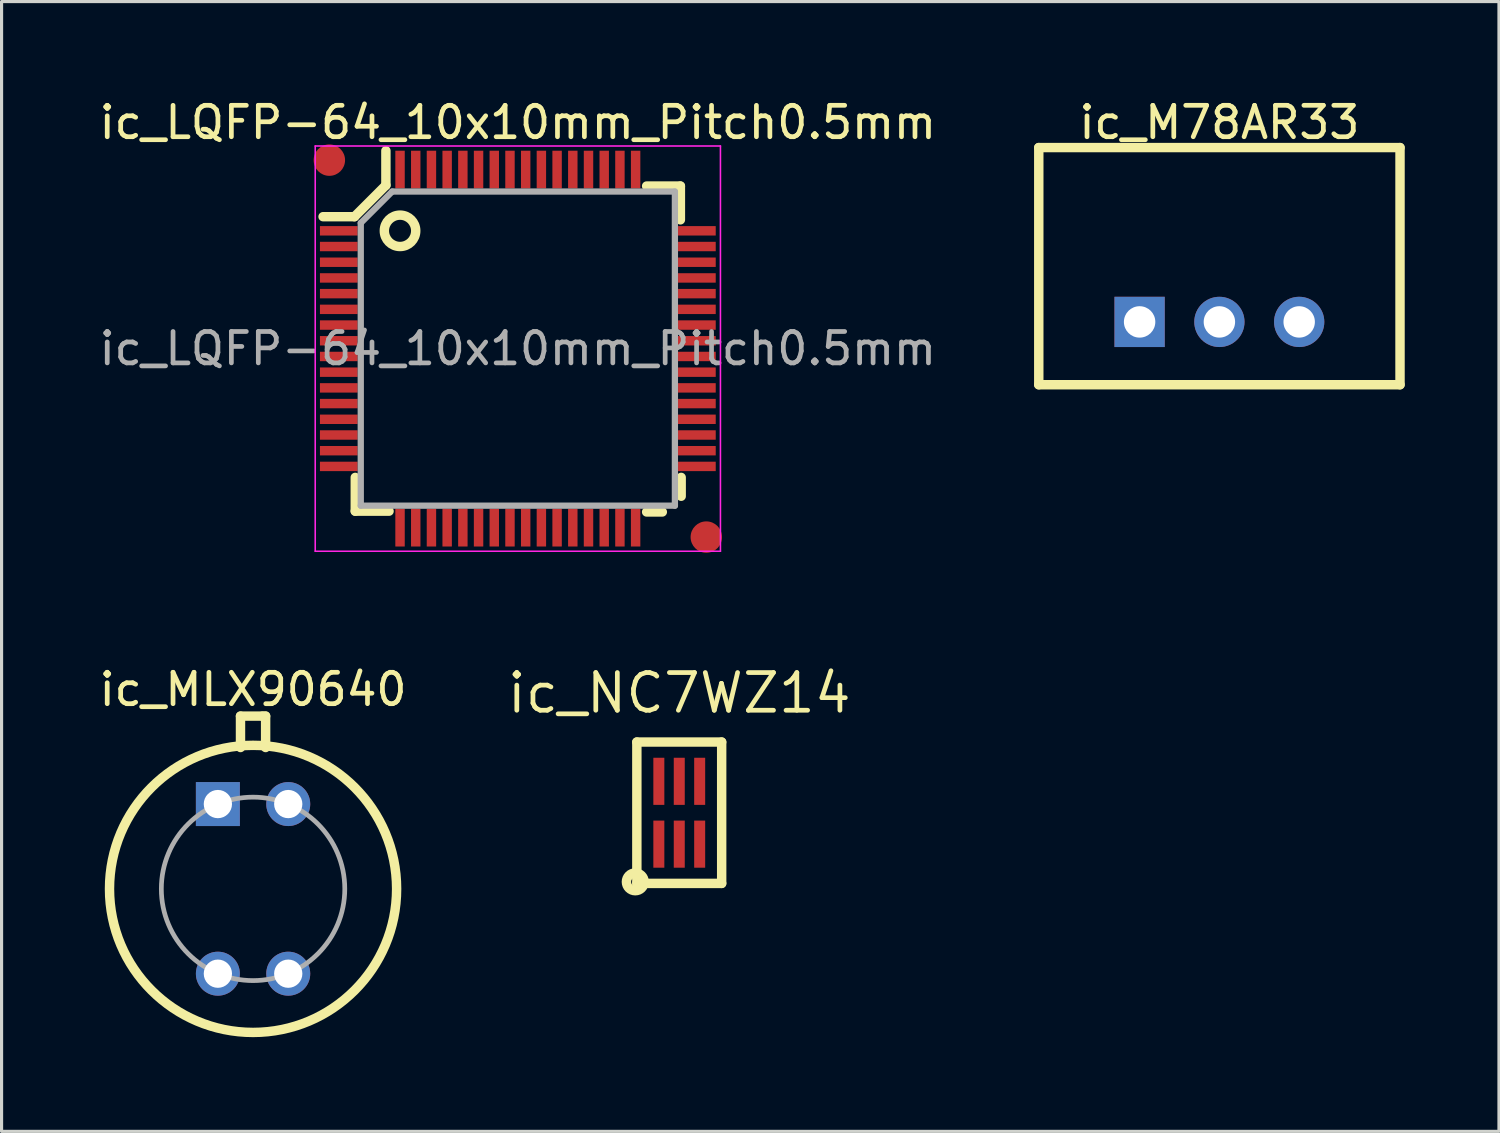
<source format=kicad_pcb>
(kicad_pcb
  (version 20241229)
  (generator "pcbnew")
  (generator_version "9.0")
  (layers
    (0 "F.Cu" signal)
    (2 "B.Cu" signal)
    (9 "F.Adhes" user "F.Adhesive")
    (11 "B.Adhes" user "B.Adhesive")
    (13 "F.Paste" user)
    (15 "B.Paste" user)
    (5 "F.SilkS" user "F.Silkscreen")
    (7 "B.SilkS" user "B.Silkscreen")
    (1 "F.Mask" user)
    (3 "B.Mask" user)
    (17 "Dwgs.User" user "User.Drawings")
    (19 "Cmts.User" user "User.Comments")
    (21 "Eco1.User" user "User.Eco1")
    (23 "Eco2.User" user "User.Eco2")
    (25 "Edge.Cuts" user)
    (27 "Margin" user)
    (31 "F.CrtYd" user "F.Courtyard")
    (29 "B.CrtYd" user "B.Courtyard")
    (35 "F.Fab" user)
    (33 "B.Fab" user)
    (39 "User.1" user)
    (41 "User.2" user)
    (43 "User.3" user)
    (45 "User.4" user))
  (footprint "ic_LQFP-64_10x10mm_Pitch0.5mm"
    (layer "F.Cu")
    (at 13.435 8.048)
    (property "Reference" "ic_LQFP-64_10x10mm_Pitch0.5mm" (at 0 -7.2 0) (layer "F.SilkS") (effects (font (size 1 1) (thickness 0.15))))
    (attr smd)
    (fp_line (start -5.2 -4.2) (end -6.2 -4.2) (stroke (width 0.3) (type solid)) (layer "F.SilkS"))
    (fp_line (start -5.175 5.175) (end -5.175 4.1) (stroke (width 0.3) (type solid)) (layer "F.SilkS"))
    (fp_line (start -5.175 5.175) (end -4.1 5.175) (stroke (width 0.3) (type solid)) (layer "F.SilkS"))
    (fp_line (start -4.2 -6.3) (end -4.2 -5.2) (stroke (width 0.3) (type solid)) (layer "F.SilkS"))
    (fp_line (start -4.2 -5.2) (end -5.2 -4.2) (stroke (width 0.3) (type solid)) (layer "F.SilkS"))
    (fp_line (start 4.1 5.2) (end 4.6 5.2) (stroke (width 0.3) (type solid)) (layer "F.SilkS"))
    (fp_line (start 5.175 -5.175) (end 4.1 -5.175) (stroke (width 0.3) (type solid)) (layer "F.SilkS"))
    (fp_line (start 5.175 -5.175) (end 5.175 -4.1) (stroke (width 0.3) (type solid)) (layer "F.SilkS"))
    (fp_line (start 5.2 4.1) (end 5.2 4.7) (stroke (width 0.3) (type solid)) (layer "F.SilkS"))
    (fp_circle (center -3.75 -3.75) (end -3.25 -3.75) (stroke (width 0.3) (type solid)) (fill no) (layer "F.SilkS"))
    (fp_line (start -6.45 -6.45) (end -6.45 6.45) (stroke (width 0.05) (type solid)) (layer "F.CrtYd"))
    (fp_line (start -6.45 -6.45) (end 6.45 -6.45) (stroke (width 0.05) (type solid)) (layer "F.CrtYd"))
    (fp_line (start -6.45 6.45) (end 6.45 6.45) (stroke (width 0.05) (type solid)) (layer "F.CrtYd"))
    (fp_line (start 6.45 -6.45) (end 6.45 6.45) (stroke (width 0.05) (type solid)) (layer "F.CrtYd"))
    (fp_line (start -5 -4) (end -4 -5) (stroke (width 0.2) (type solid)) (layer "F.Fab"))
    (fp_line (start -5 5) (end -5 -4) (stroke (width 0.2) (type solid)) (layer "F.Fab"))
    (fp_line (start -4 -5) (end 5 -5) (stroke (width 0.2) (type solid)) (layer "F.Fab"))
    (fp_line (start 5 -5) (end 5 5) (stroke (width 0.2) (type solid)) (layer "F.Fab"))
    (fp_line (start 5 5) (end -5 5) (stroke (width 0.2) (type solid)) (layer "F.Fab"))
    (fp_text user "${REFERENCE}" (at 0 0 0) (layer "F.Fab") (effects (font (size 1 1) (thickness 0.15))))
    (pad "" smd circle (at -6 -6) (size 2 2) (layers "F.Mask"))
    (pad "" smd circle (at 6 6) (size 2 2) (layers "F.Mask"))
    (pad "1" smd rect (at -5.7 -3.75) (size 1.2 0.3) (layers "F.Cu" "F.Mask" "F.Paste"))
    (pad "2" smd rect (at -5.7 -3.25) (size 1.2 0.3) (layers "F.Cu" "F.Mask" "F.Paste"))
    (pad "3" smd rect (at -5.7 -2.75) (size 1.2 0.3) (layers "F.Cu" "F.Mask" "F.Paste"))
    (pad "4" smd rect (at -5.7 -2.25) (size 1.2 0.3) (layers "F.Cu" "F.Mask" "F.Paste"))
    (pad "5" smd rect (at -5.7 -1.75) (size 1.2 0.3) (layers "F.Cu" "F.Mask" "F.Paste"))
    (pad "6" smd rect (at -5.7 -1.25) (size 1.2 0.3) (layers "F.Cu" "F.Mask" "F.Paste"))
    (pad "7" smd rect (at -5.7 -0.75) (size 1.2 0.3) (layers "F.Cu" "F.Mask" "F.Paste"))
    (pad "8" smd rect (at -5.7 -0.25) (size 1.2 0.3) (layers "F.Cu" "F.Mask" "F.Paste"))
    (pad "9" smd rect (at -5.7 0.25) (size 1.2 0.3) (layers "F.Cu" "F.Mask" "F.Paste"))
    (pad "10" smd rect (at -5.7 0.75) (size 1.2 0.3) (layers "F.Cu" "F.Mask" "F.Paste"))
    (pad "11" smd rect (at -5.7 1.25) (size 1.2 0.3) (layers "F.Cu" "F.Mask" "F.Paste"))
    (pad "12" smd rect (at -5.7 1.75) (size 1.2 0.3) (layers "F.Cu" "F.Mask" "F.Paste"))
    (pad "13" smd rect (at -5.7 2.25) (size 1.2 0.3) (layers "F.Cu" "F.Mask" "F.Paste"))
    (pad "14" smd rect (at -5.7 2.75) (size 1.2 0.3) (layers "F.Cu" "F.Mask" "F.Paste"))
    (pad "15" smd rect (at -5.7 3.25) (size 1.2 0.3) (layers "F.Cu" "F.Mask" "F.Paste"))
    (pad "16" smd rect (at -5.7 3.75) (size 1.2 0.3) (layers "F.Cu" "F.Mask" "F.Paste"))
    (pad "17" smd rect (at -3.75 5.7 90) (size 1.2 0.3) (layers "F.Cu" "F.Mask" "F.Paste"))
    (pad "18" smd rect (at -3.25 5.7 90) (size 1.2 0.3) (layers "F.Cu" "F.Mask" "F.Paste"))
    (pad "19" smd rect (at -2.75 5.7 90) (size 1.2 0.3) (layers "F.Cu" "F.Mask" "F.Paste"))
    (pad "20" smd rect (at -2.25 5.7 90) (size 1.2 0.3) (layers "F.Cu" "F.Mask" "F.Paste"))
    (pad "21" smd rect (at -1.75 5.7 90) (size 1.2 0.3) (layers "F.Cu" "F.Mask" "F.Paste"))
    (pad "22" smd rect (at -1.25 5.7 90) (size 1.2 0.3) (layers "F.Cu" "F.Mask" "F.Paste"))
    (pad "23" smd rect (at -0.75 5.7 90) (size 1.2 0.3) (layers "F.Cu" "F.Mask" "F.Paste"))
    (pad "24" smd rect (at -0.25 5.7 90) (size 1.2 0.3) (layers "F.Cu" "F.Mask" "F.Paste"))
    (pad "25" smd rect (at 0.25 5.7 90) (size 1.2 0.3) (layers "F.Cu" "F.Mask" "F.Paste"))
    (pad "26" smd rect (at 0.75 5.7 90) (size 1.2 0.3) (layers "F.Cu" "F.Mask" "F.Paste"))
    (pad "27" smd rect (at 1.25 5.7 90) (size 1.2 0.3) (layers "F.Cu" "F.Mask" "F.Paste"))
    (pad "28" smd rect (at 1.75 5.7 90) (size 1.2 0.3) (layers "F.Cu" "F.Mask" "F.Paste"))
    (pad "29" smd rect (at 2.25 5.7 90) (size 1.2 0.3) (layers "F.Cu" "F.Mask" "F.Paste"))
    (pad "30" smd rect (at 2.75 5.7 90) (size 1.2 0.3) (layers "F.Cu" "F.Mask" "F.Paste"))
    (pad "31" smd rect (at 3.25 5.7 90) (size 1.2 0.3) (layers "F.Cu" "F.Mask" "F.Paste"))
    (pad "32" smd rect (at 3.75 5.7 90) (size 1.2 0.3) (layers "F.Cu" "F.Mask" "F.Paste"))
    (pad "33" smd rect (at 5.7 3.75) (size 1.2 0.3) (layers "F.Cu" "F.Mask" "F.Paste"))
    (pad "34" smd rect (at 5.7 3.25) (size 1.2 0.3) (layers "F.Cu" "F.Mask" "F.Paste"))
    (pad "35" smd rect (at 5.7 2.75) (size 1.2 0.3) (layers "F.Cu" "F.Mask" "F.Paste"))
    (pad "36" smd rect (at 5.7 2.25) (size 1.2 0.3) (layers "F.Cu" "F.Mask" "F.Paste"))
    (pad "37" smd rect (at 5.7 1.75) (size 1.2 0.3) (layers "F.Cu" "F.Mask" "F.Paste"))
    (pad "38" smd rect (at 5.7 1.25) (size 1.2 0.3) (layers "F.Cu" "F.Mask" "F.Paste"))
    (pad "39" smd rect (at 5.7 0.75) (size 1.2 0.3) (layers "F.Cu" "F.Mask" "F.Paste"))
    (pad "40" smd rect (at 5.7 0.25) (size 1.2 0.3) (layers "F.Cu" "F.Mask" "F.Paste"))
    (pad "41" smd rect (at 5.7 -0.25) (size 1.2 0.3) (layers "F.Cu" "F.Mask" "F.Paste"))
    (pad "42" smd rect (at 5.7 -0.75) (size 1.2 0.3) (layers "F.Cu" "F.Mask" "F.Paste"))
    (pad "43" smd rect (at 5.7 -1.25) (size 1.2 0.3) (layers "F.Cu" "F.Mask" "F.Paste"))
    (pad "44" smd rect (at 5.7 -1.75) (size 1.2 0.3) (layers "F.Cu" "F.Mask" "F.Paste"))
    (pad "45" smd rect (at 5.7 -2.25) (size 1.2 0.3) (layers "F.Cu" "F.Mask" "F.Paste"))
    (pad "46" smd rect (at 5.7 -2.75) (size 1.2 0.3) (layers "F.Cu" "F.Mask" "F.Paste"))
    (pad "47" smd rect (at 5.7 -3.25) (size 1.2 0.3) (layers "F.Cu" "F.Mask" "F.Paste"))
    (pad "48" smd rect (at 5.7 -3.75) (size 1.2 0.3) (layers "F.Cu" "F.Mask" "F.Paste"))
    (pad "49" smd rect (at 3.75 -5.7 90) (size 1.2 0.3) (layers "F.Cu" "F.Mask" "F.Paste"))
    (pad "50" smd rect (at 3.25 -5.7 90) (size 1.2 0.3) (layers "F.Cu" "F.Mask" "F.Paste"))
    (pad "51" smd rect (at 2.75 -5.7 90) (size 1.2 0.3) (layers "F.Cu" "F.Mask" "F.Paste"))
    (pad "52" smd rect (at 2.25 -5.7 90) (size 1.2 0.3) (layers "F.Cu" "F.Mask" "F.Paste"))
    (pad "53" smd rect (at 1.75 -5.7 90) (size 1.2 0.3) (layers "F.Cu" "F.Mask" "F.Paste"))
    (pad "54" smd rect (at 1.25 -5.7 90) (size 1.2 0.3) (layers "F.Cu" "F.Mask" "F.Paste"))
    (pad "55" smd rect (at 0.75 -5.7 90) (size 1.2 0.3) (layers "F.Cu" "F.Mask" "F.Paste"))
    (pad "56" smd rect (at 0.25 -5.7 90) (size 1.2 0.3) (layers "F.Cu" "F.Mask" "F.Paste"))
    (pad "57" smd rect (at -0.25 -5.7 90) (size 1.2 0.3) (layers "F.Cu" "F.Mask" "F.Paste"))
    (pad "58" smd rect (at -0.75 -5.7 90) (size 1.2 0.3) (layers "F.Cu" "F.Mask" "F.Paste"))
    (pad "59" smd rect (at -1.25 -5.7 90) (size 1.2 0.3) (layers "F.Cu" "F.Mask" "F.Paste"))
    (pad "60" smd rect (at -1.75 -5.7 90) (size 1.2 0.3) (layers "F.Cu" "F.Mask" "F.Paste"))
    (pad "61" smd rect (at -2.25 -5.7 90) (size 1.2 0.3) (layers "F.Cu" "F.Mask" "F.Paste"))
    (pad "62" smd rect (at -2.75 -5.7 90) (size 1.2 0.3) (layers "F.Cu" "F.Mask" "F.Paste"))
    (pad "63" smd rect (at -3.25 -5.7 90) (size 1.2 0.3) (layers "F.Cu" "F.Mask" "F.Paste"))
    (pad "64" smd rect (at -3.75 -5.7 90) (size 1.2 0.3) (layers "F.Cu" "F.Mask" "F.Paste"))
    (pad "65" smd circle (at -6 -6 90) (size 1 1) (layers "F.Cu" "F.Mask" "F.Paste"))
    (pad "66" smd circle (at 6 6 90) (size 1 1) (layers "F.Cu" "F.Mask" "F.Paste")))
  (footprint "ic_M78AR33"
    (layer "F.Cu")
    (at 35.769 7.198)
    (property "Reference" "ic_M78AR33" (at 0 -6.35 0) (layer "F.SilkS") (effects (font (size 1 1) (thickness 0.15))))
    (attr through_hole)
    (fp_line (start -5.75 -5.55) (end -5.75 2) (stroke (width 0.3) (type solid)) (layer "F.SilkS"))
    (fp_line (start -5.75 2) (end 5.75 2) (stroke (width 0.3) (type solid)) (layer "F.SilkS"))
    (fp_line (start 5.75 -5.55) (end -5.75 -5.55) (stroke (width 0.3) (type solid)) (layer "F.SilkS"))
    (fp_line (start 5.75 2) (end 5.75 -5.55) (stroke (width 0.3) (type solid)) (layer "F.SilkS"))
    (pad "1" thru_hole rect (at -2.54 0) (size 1.6 1.6) (drill 1) (layers "*.Cu" "*.Mask"))
    (pad "2" thru_hole circle (at 0 0) (size 1.6 1.6) (drill 1) (layers "*.Cu" "*.Mask"))
    (pad "3" thru_hole circle (at 2.54 0) (size 1.6 1.6) (drill 1) (layers "*.Cu" "*.Mask")))
  (footprint "ic_NC7WZ14"
    (layer "F.Cu")
    (at 18.574 22.823)
    (property "Reference" "ic_NC7WZ14" (at 0 -3.81 180) (layer "F.SilkS") (effects (font (size 1.2 1.2) (thickness 0.15))))
    (attr through_hole)
    (fp_line (start -1.35 -2.25) (end -1.35 2.25) (stroke (width 0.3) (type solid)) (layer "F.SilkS"))
    (fp_line (start -1.35 2.25) (end 1.35 2.25) (stroke (width 0.3) (type solid)) (layer "F.SilkS"))
    (fp_line (start 1.35 -2.25) (end -1.35 -2.25) (stroke (width 0.3) (type solid)) (layer "F.SilkS"))
    (fp_line (start 1.35 2.25) (end 1.35 -2.25) (stroke (width 0.3) (type solid)) (layer "F.SilkS"))
    (fp_circle (center -1.4 2.2) (end -1.2 2.4) (stroke (width 0.3) (type solid)) (fill no) (layer "F.SilkS"))
    (pad "1" smd rect (at -0.65 1) (size 0.35 1.5) (layers "F.Cu" "F.Mask" "F.Paste"))
    (pad "2" smd rect (at 0 1) (size 0.35 1.5) (layers "F.Cu" "F.Mask" "F.Paste"))
    (pad "3" smd rect (at 0.65 1) (size 0.35 1.5) (layers "F.Cu" "F.Mask" "F.Paste"))
    (pad "4" smd rect (at 0.65 -1) (size 0.35 1.5) (layers "F.Cu" "F.Mask" "F.Paste"))
    (pad "5" smd rect (at 0 -1) (size 0.35 1.5) (layers "F.Cu" "F.Mask" "F.Paste"))
    (pad "6" smd rect (at -0.65 -1) (size 0.35 1.5) (layers "F.Cu" "F.Mask" "F.Paste")))
  (footprint "ic_MLX90640"
    (layer "F.Cu")
    (at 5.006 25.247)
    (property "Reference" "ic_MLX90640" (at 0 -6.35 0) (layer "F.SilkS") (effects (font (size 1 1) (thickness 0.15))))
    (attr through_hole)
    (fp_line (start -0.4 -5.5) (end 0.3 -5.5) (stroke (width 0.3) (type solid)) (layer "F.SilkS"))
    (fp_line (start -0.4 -4.5) (end -0.4 -5.5) (stroke (width 0.3) (type solid)) (layer "F.SilkS"))
    (fp_line (start 0.3 -5.5) (end 0.4 -5.5) (stroke (width 0.3) (type solid)) (layer "F.SilkS"))
    (fp_line (start 0.4 -5.5) (end 0.4 -4.5) (stroke (width 0.3) (type solid)) (layer "F.SilkS"))
    (fp_circle (center 0 0) (end 4.57 0) (stroke (width 0.3) (type solid)) (fill no) (layer "F.SilkS"))
    (fp_circle (center 0 0) (end 2.92 0) (stroke (width 0.15) (type solid)) (fill no) (layer "F.Fab"))
    (pad "1" thru_hole rect (at -1.12 -2.7) (size 1.4 1.4) (drill 0.9) (layers "*.Cu" "*.Mask"))
    (pad "2" thru_hole circle (at -1.12 2.7) (size 1.4 1.4) (drill 0.9) (layers "*.Cu" "*.Mask"))
    (pad "3" thru_hole circle (at 1.12 2.7) (size 1.4 1.4) (drill 0.9) (layers "*.Cu" "*.Mask"))
    (pad "4" thru_hole circle (at 1.12 -2.7) (size 1.4 1.4) (drill 0.9) (layers "*.Cu" "*.Mask")))
  (gr_rect
    (start -3 -3)
    (end 44.669 32.967)
    (stroke (width 0.1) (type default))
    (fill no)
    (layer "Edge.Cuts")))
</source>
